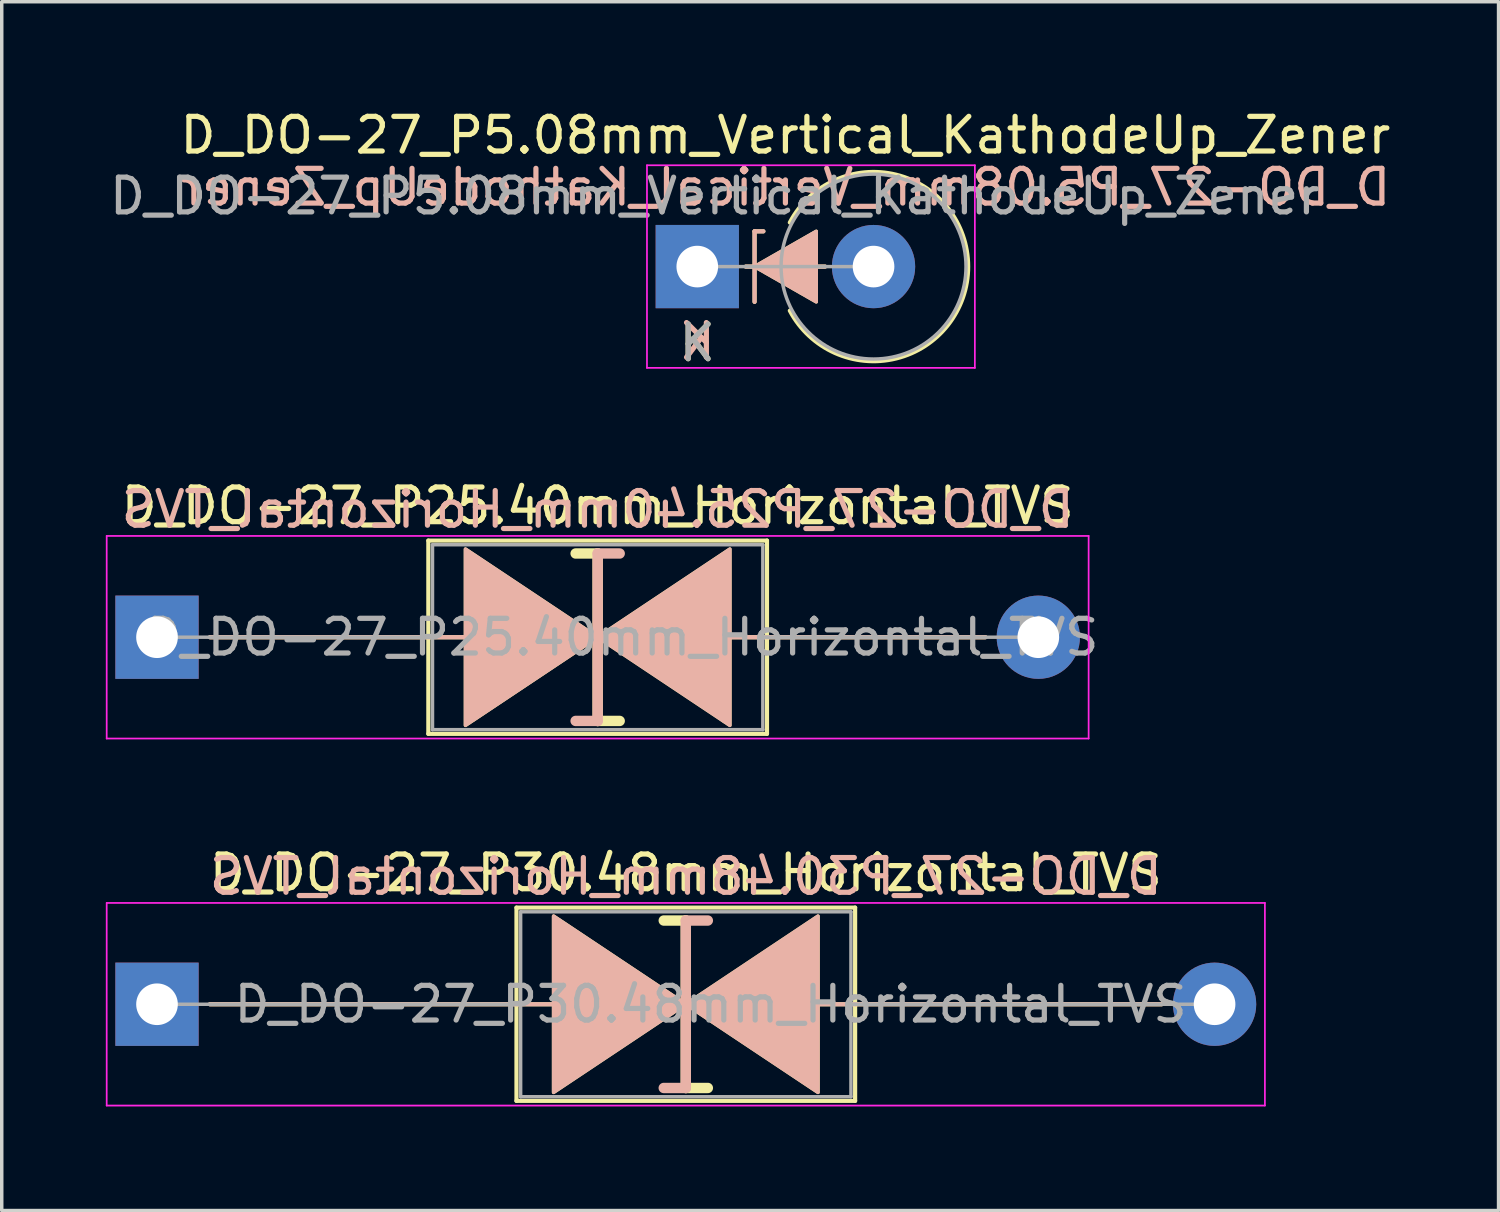
<source format=kicad_pcb>
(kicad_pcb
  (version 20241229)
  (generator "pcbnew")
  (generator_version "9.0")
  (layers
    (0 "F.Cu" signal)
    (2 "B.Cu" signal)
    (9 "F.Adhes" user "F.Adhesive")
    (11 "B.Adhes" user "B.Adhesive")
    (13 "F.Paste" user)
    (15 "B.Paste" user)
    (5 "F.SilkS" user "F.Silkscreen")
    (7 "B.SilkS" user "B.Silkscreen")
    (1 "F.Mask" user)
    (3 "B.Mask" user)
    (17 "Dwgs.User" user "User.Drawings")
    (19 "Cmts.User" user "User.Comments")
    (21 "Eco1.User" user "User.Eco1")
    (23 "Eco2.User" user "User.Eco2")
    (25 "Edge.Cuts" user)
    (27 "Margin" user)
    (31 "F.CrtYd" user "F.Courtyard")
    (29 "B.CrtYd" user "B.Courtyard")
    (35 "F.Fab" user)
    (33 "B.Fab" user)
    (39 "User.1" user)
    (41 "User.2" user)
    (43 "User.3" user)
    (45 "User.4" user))
  (footprint "D_DO-27_P5.08mm_Vertical_KathodeUp_Zener"
    (layer "F.Cu")
    (at 17.046 4.633)
    (property "Reference" "D_DO-27_P5.08mm_Vertical_KathodeUp_Zener" (at 2.54 -3.785 0) (layer "F.SilkS") (effects (font (size 1 1) (thickness 0.15))))
    (fp_line (start 1.397 0) (end 3.683 0) (stroke (width 0.12) (type solid)) (layer "F.SilkS"))
    (fp_line (start 1.651 -1.016) (end 1.651 1.016) (stroke (width 0.12) (type solid)) (layer "F.SilkS"))
    (fp_line (start 1.651 -1.016) (end 1.905 -1.016) (stroke (width 0.12) (type solid)) (layer "F.SilkS"))
    (fp_arc (start 2.667001 -1.27) (mid 7.806804 -0.000001) (end 2.667001 1.269999) (stroke (width 0.12) (type solid)) (layer "F.SilkS"))
    (fp_poly (pts (xy 3.429 1.016) (xy 1.651 0) (xy 3.429 -1.016)) (stroke (width 0.1) (type solid)) (fill yes) (layer "F.SilkS"))
    (fp_line (start 1.397 0) (end 3.683 0) (stroke (width 0.12) (type solid)) (layer "B.SilkS"))
    (fp_line (start 1.651 -1.016) (end 1.905 -1.016) (stroke (width 0.12) (type solid)) (layer "B.SilkS"))
    (fp_line (start 1.651 1.016) (end 1.651 -1.016) (stroke (width 0.12) (type solid)) (layer "B.SilkS"))
    (fp_poly (pts (xy 3.429 -1.016) (xy 1.651 0) (xy 3.429 1.016)) (stroke (width 0.1) (type solid)) (fill yes) (layer "B.SilkS"))
    (fp_line (start -1.45 -2.92) (end -1.45 2.92) (stroke (width 0.05) (type solid)) (layer "F.CrtYd"))
    (fp_line (start -1.45 2.92) (end 8 2.92) (stroke (width 0.05) (type solid)) (layer "F.CrtYd"))
    (fp_line (start 8 -2.92) (end -1.45 -2.92) (stroke (width 0.05) (type solid)) (layer "F.CrtYd"))
    (fp_line (start 8 2.92) (end 8 -2.92) (stroke (width 0.05) (type solid)) (layer "F.CrtYd"))
    (fp_line (start 0 0) (end 5.08 0) (stroke (width 0.1) (type solid)) (layer "F.Fab"))
    (fp_circle (center 5.08 0) (end 7.745 0) (stroke (width 0.1) (type solid)) (fill no) (layer "F.Fab"))
    (fp_text user "K" (at 0 2.2 0) (layer "F.SilkS") (effects (font (size 1 1) (thickness 0.15))))
    (fp_text user "K" (at 0 2.159 0) (layer "B.SilkS") (effects (font (size 1 1) (thickness 0.15)) (justify mirror)))
    (fp_text user "${REFERENCE}" (at 2.54 -2.286 0) (layer "B.SilkS") (effects (font (size 1 1) (thickness 0.15)) (justify mirror)))
    (fp_text user "${REFERENCE}" (at 0.508 -2.032 0) (layer "F.Fab") (effects (font (size 1 1) (thickness 0.15))))
    (fp_text user "K" (at 0 2.2 0) (layer "F.Fab") (effects (font (size 1 1) (thickness 0.15))))
    (pad "1" thru_hole rect (at 0 0) (size 2.4 2.4) (drill 1.2) (layers "*.Cu" "*.Mask"))
    (pad "2" thru_hole oval (at 5.08 0) (size 2.4 2.4) (drill 1.2) (layers "*.Cu" "*.Mask")))
  (footprint "D_DO-27_P25.40mm_Horizontal_TVS"
    (layer "F.Cu")
    (at 1.475 15.315)
    (property "Reference" "D_DO-27_P25.40mm_Horizontal_TVS" (at 12.7 -3.785 0) (layer "F.SilkS") (effects (font (size 1 1) (thickness 0.15))))
    (fp_line (start 1.524 0) (end 7.82 0) (stroke (width 0.12) (type solid)) (layer "F.SilkS"))
    (fp_line (start 7.82 -2.785) (end 7.82 2.785) (stroke (width 0.12) (type solid)) (layer "F.SilkS"))
    (fp_line (start 7.82 0) (end 8.89 0) (stroke (width 0.12) (type solid)) (layer "F.SilkS"))
    (fp_line (start 7.82 2.785) (end 17.58 2.785) (stroke (width 0.12) (type solid)) (layer "F.SilkS"))
    (fp_line (start 12.7 -2.413) (end 12.065 -2.413) (stroke (width 0.3) (type solid)) (layer "F.SilkS"))
    (fp_line (start 12.7 2.413) (end 12.7 -2.413) (stroke (width 0.3) (type solid)) (layer "F.SilkS"))
    (fp_line (start 13.335 2.413) (end 12.7 2.413) (stroke (width 0.3) (type solid)) (layer "F.SilkS"))
    (fp_line (start 16.51 0) (end 17.58 0) (stroke (width 0.12) (type solid)) (layer "F.SilkS"))
    (fp_line (start 17.58 -2.785) (end 7.82 -2.785) (stroke (width 0.12) (type solid)) (layer "F.SilkS"))
    (fp_line (start 17.58 2.785) (end 17.58 -2.785) (stroke (width 0.12) (type solid)) (layer "F.SilkS"))
    (fp_line (start 23.876 0) (end 17.58 0) (stroke (width 0.12) (type solid)) (layer "F.SilkS"))
    (fp_poly (pts (xy 12.7 0) (xy 8.89 2.54) (xy 8.89 -2.54)) (stroke (width 0.1) (type solid)) (fill yes) (layer "F.SilkS"))
    (fp_poly (pts (xy 12.7 0) (xy 16.51 -2.54) (xy 16.51 2.54)) (stroke (width 0.1) (type solid)) (fill yes) (layer "F.SilkS"))
    (fp_line (start 1.524 0) (end 7.82 0) (stroke (width 0.12) (type solid)) (layer "B.SilkS"))
    (fp_line (start 7.82 0) (end 8.89 0) (stroke (width 0.12) (type solid)) (layer "B.SilkS"))
    (fp_line (start 12.7 -2.413) (end 12.7 2.413) (stroke (width 0.3) (type solid)) (layer "B.SilkS"))
    (fp_line (start 12.7 2.413) (end 12.065 2.413) (stroke (width 0.3) (type solid)) (layer "B.SilkS"))
    (fp_line (start 13.335 -2.413) (end 12.7 -2.413) (stroke (width 0.3) (type solid)) (layer "B.SilkS"))
    (fp_line (start 16.51 0) (end 17.58 0) (stroke (width 0.12) (type solid)) (layer "B.SilkS"))
    (fp_line (start 23.876 0) (end 17.58 0) (stroke (width 0.12) (type solid)) (layer "B.SilkS"))
    (fp_poly (pts (xy 12.7 0) (xy 8.89 -2.54) (xy 8.89 2.54)) (stroke (width 0.1) (type solid)) (fill yes) (layer "B.SilkS"))
    (fp_poly (pts (xy 12.7 0) (xy 16.51 2.54) (xy 16.51 -2.54)) (stroke (width 0.1) (type solid)) (fill yes) (layer "B.SilkS"))
    (fp_line (start -1.45 -2.92) (end -1.45 2.92) (stroke (width 0.05) (type solid)) (layer "F.CrtYd"))
    (fp_line (start -1.45 2.92) (end 26.85 2.92) (stroke (width 0.05) (type solid)) (layer "F.CrtYd"))
    (fp_line (start 26.85 -2.92) (end -1.45 -2.92) (stroke (width 0.05) (type solid)) (layer "F.CrtYd"))
    (fp_line (start 26.85 2.92) (end 26.85 -2.92) (stroke (width 0.05) (type solid)) (layer "F.CrtYd"))
    (fp_line (start 0 0) (end 7.94 0) (stroke (width 0.1) (type solid)) (layer "F.Fab"))
    (fp_line (start 7.94 -2.665) (end 7.94 2.665) (stroke (width 0.1) (type solid)) (layer "F.Fab"))
    (fp_line (start 7.94 2.665) (end 17.46 2.665) (stroke (width 0.1) (type solid)) (layer "F.Fab"))
    (fp_line (start 17.46 -2.665) (end 7.94 -2.665) (stroke (width 0.1) (type solid)) (layer "F.Fab"))
    (fp_line (start 17.46 2.665) (end 17.46 -2.665) (stroke (width 0.1) (type solid)) (layer "F.Fab"))
    (fp_line (start 25.4 0) (end 17.46 0) (stroke (width 0.1) (type solid)) (layer "F.Fab"))
    (fp_text user "${REFERENCE}" (at 12.7 -3.683 0) (layer "B.SilkS") (effects (font (size 1 1) (thickness 0.15)) (justify mirror)))
    (fp_text user "${REFERENCE}" (at 13.414 0 0) (layer "F.Fab") (effects (font (size 1 1) (thickness 0.15))))
    (pad "1" thru_hole rect (at 0 0) (size 2.4 2.4) (drill 1.2) (layers "*.Cu" "*.Mask"))
    (pad "2" thru_hole oval (at 25.4 0) (size 2.4 2.4) (drill 1.2) (layers "*.Cu" "*.Mask")))
  (footprint "D_DO-27_P30.48mm_Horizontal_TVS"
    (layer "F.Cu")
    (at 1.475 25.893)
    (property "Reference" "D_DO-27_P30.48mm_Horizontal_TVS" (at 15.24 -3.785 0) (layer "F.SilkS") (effects (font (size 1 1) (thickness 0.15))))
    (fp_line (start 1.524 0) (end 10.36 0) (stroke (width 0.12) (type solid)) (layer "F.SilkS"))
    (fp_line (start 10.36 -2.785) (end 10.36 2.785) (stroke (width 0.12) (type solid)) (layer "F.SilkS"))
    (fp_line (start 10.36 0) (end 11.43 0) (stroke (width 0.12) (type solid)) (layer "F.SilkS"))
    (fp_line (start 10.36 2.785) (end 20.12 2.785) (stroke (width 0.12) (type solid)) (layer "F.SilkS"))
    (fp_line (start 15.24 -2.413) (end 14.605 -2.413) (stroke (width 0.3) (type solid)) (layer "F.SilkS"))
    (fp_line (start 15.24 2.413) (end 15.24 -2.413) (stroke (width 0.3) (type solid)) (layer "F.SilkS"))
    (fp_line (start 15.875 2.413) (end 15.24 2.413) (stroke (width 0.3) (type solid)) (layer "F.SilkS"))
    (fp_line (start 19.05 0) (end 20.12 0) (stroke (width 0.12) (type solid)) (layer "F.SilkS"))
    (fp_line (start 20.12 -2.785) (end 10.36 -2.785) (stroke (width 0.12) (type solid)) (layer "F.SilkS"))
    (fp_line (start 20.12 2.785) (end 20.12 -2.785) (stroke (width 0.12) (type solid)) (layer "F.SilkS"))
    (fp_line (start 28.956 0) (end 20.12 0) (stroke (width 0.12) (type solid)) (layer "F.SilkS"))
    (fp_poly (pts (xy 15.24 0) (xy 11.43 2.54) (xy 11.43 -2.54)) (stroke (width 0.1) (type solid)) (fill yes) (layer "F.SilkS"))
    (fp_poly (pts (xy 15.24 0) (xy 19.05 -2.54) (xy 19.05 2.54)) (stroke (width 0.1) (type solid)) (fill yes) (layer "F.SilkS"))
    (fp_line (start 1.524 0) (end 10.36 0) (stroke (width 0.12) (type solid)) (layer "B.SilkS"))
    (fp_line (start 10.36 0) (end 11.43 0) (stroke (width 0.12) (type solid)) (layer "B.SilkS"))
    (fp_line (start 15.24 -2.413) (end 15.24 2.413) (stroke (width 0.3) (type solid)) (layer "B.SilkS"))
    (fp_line (start 15.24 2.413) (end 14.605 2.413) (stroke (width 0.3) (type solid)) (layer "B.SilkS"))
    (fp_line (start 15.875 -2.413) (end 15.24 -2.413) (stroke (width 0.3) (type solid)) (layer "B.SilkS"))
    (fp_line (start 19.05 0) (end 20.12 0) (stroke (width 0.12) (type solid)) (layer "B.SilkS"))
    (fp_line (start 28.956 0) (end 20.12 0) (stroke (width 0.12) (type solid)) (layer "B.SilkS"))
    (fp_poly (pts (xy 15.24 0) (xy 11.43 -2.54) (xy 11.43 2.54)) (stroke (width 0.1) (type solid)) (fill yes) (layer "B.SilkS"))
    (fp_poly (pts (xy 15.24 0) (xy 19.05 2.54) (xy 19.05 -2.54)) (stroke (width 0.1) (type solid)) (fill yes) (layer "B.SilkS"))
    (fp_line (start -1.45 -2.92) (end -1.45 2.92) (stroke (width 0.05) (type solid)) (layer "F.CrtYd"))
    (fp_line (start -1.45 2.92) (end 31.93 2.92) (stroke (width 0.05) (type solid)) (layer "F.CrtYd"))
    (fp_line (start 31.93 -2.92) (end -1.45 -2.92) (stroke (width 0.05) (type solid)) (layer "F.CrtYd"))
    (fp_line (start 31.93 2.92) (end 31.93 -2.92) (stroke (width 0.05) (type solid)) (layer "F.CrtYd"))
    (fp_line (start 0 0) (end 10.48 0) (stroke (width 0.1) (type solid)) (layer "F.Fab"))
    (fp_line (start 10.48 -2.665) (end 10.48 2.665) (stroke (width 0.1) (type solid)) (layer "F.Fab"))
    (fp_line (start 10.48 2.665) (end 20 2.665) (stroke (width 0.1) (type solid)) (layer "F.Fab"))
    (fp_line (start 20 -2.665) (end 10.48 -2.665) (stroke (width 0.1) (type solid)) (layer "F.Fab"))
    (fp_line (start 20 2.665) (end 20 -2.665) (stroke (width 0.1) (type solid)) (layer "F.Fab"))
    (fp_line (start 30.48 0) (end 20 0) (stroke (width 0.1) (type solid)) (layer "F.Fab"))
    (fp_text user "${REFERENCE}" (at 15.24 -3.683 0) (layer "B.SilkS") (effects (font (size 1 1) (thickness 0.15)) (justify mirror)))
    (fp_text user "${REFERENCE}" (at 15.954 0 0) (layer "F.Fab") (effects (font (size 1 1) (thickness 0.15))))
    (pad "1" thru_hole rect (at 0 0) (size 2.4 2.4) (drill 1.2) (layers "*.Cu" "*.Mask"))
    (pad "2" thru_hole oval (at 30.48 0) (size 2.4 2.4) (drill 1.2) (layers "*.Cu" "*.Mask")))
  (gr_rect
    (start -3 -3)
    (end 40.139 31.838)
    (stroke (width 0.1) (type default))
    (fill no)
    (layer "Edge.Cuts")))
</source>
